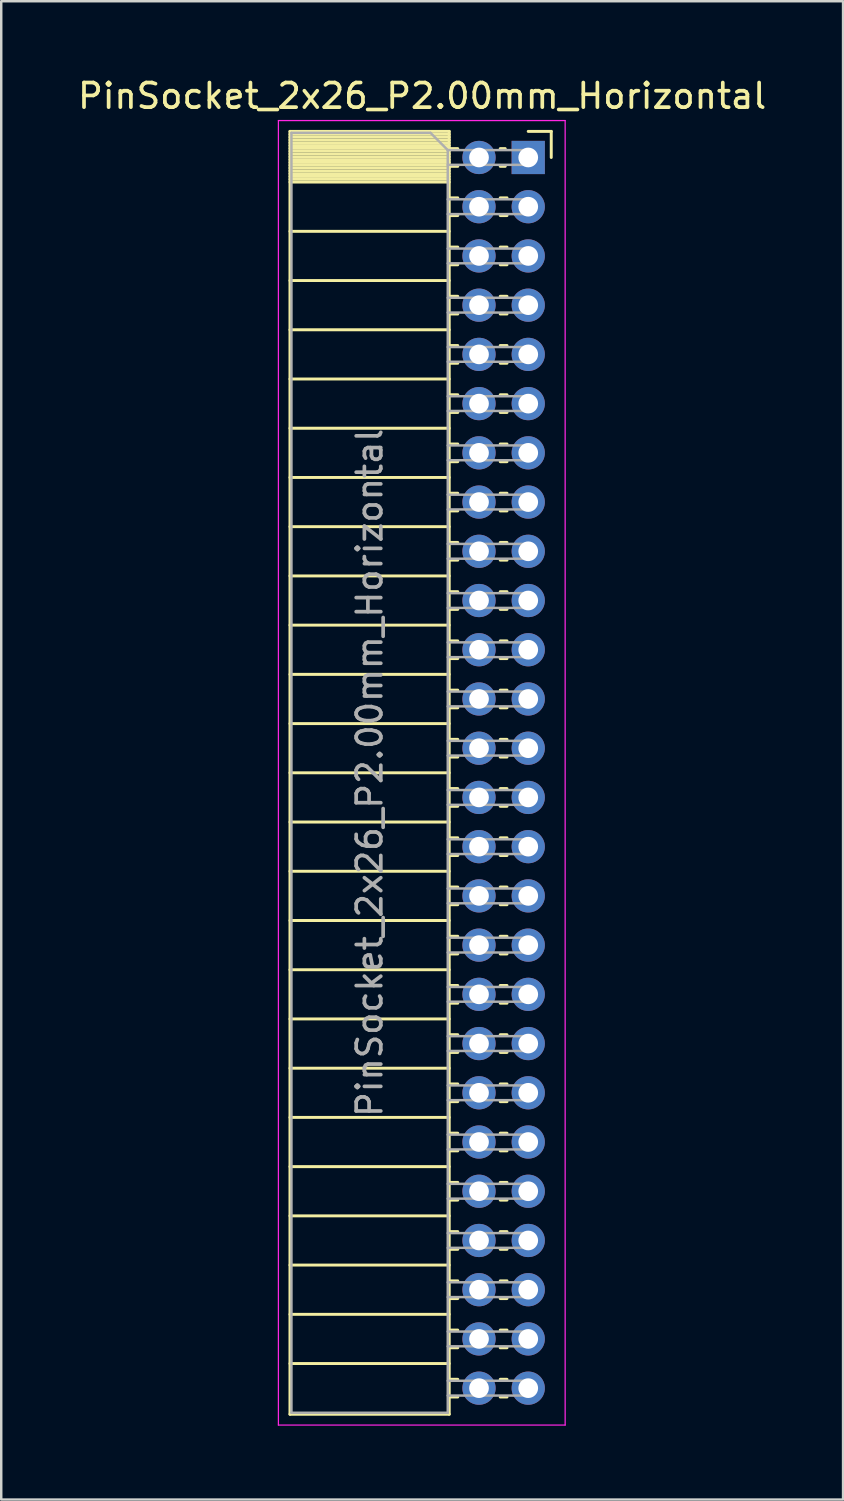
<source format=kicad_pcb>
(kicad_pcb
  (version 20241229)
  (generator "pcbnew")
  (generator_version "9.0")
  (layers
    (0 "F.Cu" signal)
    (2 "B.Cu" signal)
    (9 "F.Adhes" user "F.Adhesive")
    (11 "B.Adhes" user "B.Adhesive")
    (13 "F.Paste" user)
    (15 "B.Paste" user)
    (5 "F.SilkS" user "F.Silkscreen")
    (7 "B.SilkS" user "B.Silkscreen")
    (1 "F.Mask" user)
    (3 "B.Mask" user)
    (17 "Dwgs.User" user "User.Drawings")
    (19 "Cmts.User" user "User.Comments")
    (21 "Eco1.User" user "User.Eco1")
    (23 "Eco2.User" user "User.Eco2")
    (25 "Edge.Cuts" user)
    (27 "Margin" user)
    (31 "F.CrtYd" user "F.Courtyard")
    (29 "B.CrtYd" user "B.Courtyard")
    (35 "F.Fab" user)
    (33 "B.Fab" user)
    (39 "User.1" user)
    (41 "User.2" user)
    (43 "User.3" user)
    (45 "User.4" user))
  (footprint "PinSocket_2x26_P2.00mm_Horizontal"
    (layer "F.Cu")
    (at 18.411 3.348)
    (property "Reference" "PinSocket_2x26_P2.00mm_Horizontal" (at -4.31 -2.5 0) (layer "F.SilkS") (effects (font (size 1 1) (thickness 0.15))))
    (attr through_hole)
    (fp_line (start -9.68 -1.06) (end -9.68 51.06) (stroke (width 0.12) (type solid)) (layer "F.SilkS"))
    (fp_line (start -9.68 -1.06) (end -3.21 -1.06) (stroke (width 0.12) (type solid)) (layer "F.SilkS"))
    (fp_line (start -9.68 -0.94) (end -3.21 -0.94) (stroke (width 0.12) (type solid)) (layer "F.SilkS"))
    (fp_line (start -9.68 -0.826) (end -3.21 -0.826) (stroke (width 0.12) (type solid)) (layer "F.SilkS"))
    (fp_line (start -9.68 -0.712) (end -3.21 -0.712) (stroke (width 0.12) (type solid)) (layer "F.SilkS"))
    (fp_line (start -9.68 -0.598) (end -3.21 -0.598) (stroke (width 0.12) (type solid)) (layer "F.SilkS"))
    (fp_line (start -9.68 -0.484) (end -3.21 -0.484) (stroke (width 0.12) (type solid)) (layer "F.SilkS"))
    (fp_line (start -9.68 -0.369) (end -3.21 -0.369) (stroke (width 0.12) (type solid)) (layer "F.SilkS"))
    (fp_line (start -9.68 -0.255) (end -3.21 -0.255) (stroke (width 0.12) (type solid)) (layer "F.SilkS"))
    (fp_line (start -9.68 -0.141) (end -3.21 -0.141) (stroke (width 0.12) (type solid)) (layer "F.SilkS"))
    (fp_line (start -9.68 -0.027) (end -3.21 -0.027) (stroke (width 0.12) (type solid)) (layer "F.SilkS"))
    (fp_line (start -9.68 0.087) (end -3.21 0.087) (stroke (width 0.12) (type solid)) (layer "F.SilkS"))
    (fp_line (start -9.68 0.201) (end -3.21 0.201) (stroke (width 0.12) (type solid)) (layer "F.SilkS"))
    (fp_line (start -9.68 0.315) (end -3.21 0.315) (stroke (width 0.12) (type solid)) (layer "F.SilkS"))
    (fp_line (start -9.68 0.429) (end -3.21 0.429) (stroke (width 0.12) (type solid)) (layer "F.SilkS"))
    (fp_line (start -9.68 0.544) (end -3.21 0.544) (stroke (width 0.12) (type solid)) (layer "F.SilkS"))
    (fp_line (start -9.68 0.658) (end -3.21 0.658) (stroke (width 0.12) (type solid)) (layer "F.SilkS"))
    (fp_line (start -9.68 0.772) (end -3.21 0.772) (stroke (width 0.12) (type solid)) (layer "F.SilkS"))
    (fp_line (start -9.68 0.886) (end -3.21 0.886) (stroke (width 0.12) (type solid)) (layer "F.SilkS"))
    (fp_line (start -9.68 1) (end -3.21 1) (stroke (width 0.12) (type solid)) (layer "F.SilkS"))
    (fp_line (start -9.68 3) (end -3.21 3) (stroke (width 0.12) (type solid)) (layer "F.SilkS"))
    (fp_line (start -9.68 5) (end -3.21 5) (stroke (width 0.12) (type solid)) (layer "F.SilkS"))
    (fp_line (start -9.68 7) (end -3.21 7) (stroke (width 0.12) (type solid)) (layer "F.SilkS"))
    (fp_line (start -9.68 9) (end -3.21 9) (stroke (width 0.12) (type solid)) (layer "F.SilkS"))
    (fp_line (start -9.68 11) (end -3.21 11) (stroke (width 0.12) (type solid)) (layer "F.SilkS"))
    (fp_line (start -9.68 13) (end -3.21 13) (stroke (width 0.12) (type solid)) (layer "F.SilkS"))
    (fp_line (start -9.68 15) (end -3.21 15) (stroke (width 0.12) (type solid)) (layer "F.SilkS"))
    (fp_line (start -9.68 17) (end -3.21 17) (stroke (width 0.12) (type solid)) (layer "F.SilkS"))
    (fp_line (start -9.68 19) (end -3.21 19) (stroke (width 0.12) (type solid)) (layer "F.SilkS"))
    (fp_line (start -9.68 21) (end -3.21 21) (stroke (width 0.12) (type solid)) (layer "F.SilkS"))
    (fp_line (start -9.68 23) (end -3.21 23) (stroke (width 0.12) (type solid)) (layer "F.SilkS"))
    (fp_line (start -9.68 25) (end -3.21 25) (stroke (width 0.12) (type solid)) (layer "F.SilkS"))
    (fp_line (start -9.68 27) (end -3.21 27) (stroke (width 0.12) (type solid)) (layer "F.SilkS"))
    (fp_line (start -9.68 29) (end -3.21 29) (stroke (width 0.12) (type solid)) (layer "F.SilkS"))
    (fp_line (start -9.68 31) (end -3.21 31) (stroke (width 0.12) (type solid)) (layer "F.SilkS"))
    (fp_line (start -9.68 33) (end -3.21 33) (stroke (width 0.12) (type solid)) (layer "F.SilkS"))
    (fp_line (start -9.68 35) (end -3.21 35) (stroke (width 0.12) (type solid)) (layer "F.SilkS"))
    (fp_line (start -9.68 37) (end -3.21 37) (stroke (width 0.12) (type solid)) (layer "F.SilkS"))
    (fp_line (start -9.68 39) (end -3.21 39) (stroke (width 0.12) (type solid)) (layer "F.SilkS"))
    (fp_line (start -9.68 41) (end -3.21 41) (stroke (width 0.12) (type solid)) (layer "F.SilkS"))
    (fp_line (start -9.68 43) (end -3.21 43) (stroke (width 0.12) (type solid)) (layer "F.SilkS"))
    (fp_line (start -9.68 45) (end -3.21 45) (stroke (width 0.12) (type solid)) (layer "F.SilkS"))
    (fp_line (start -9.68 47) (end -3.21 47) (stroke (width 0.12) (type solid)) (layer "F.SilkS"))
    (fp_line (start -9.68 49) (end -3.21 49) (stroke (width 0.12) (type solid)) (layer "F.SilkS"))
    (fp_line (start -9.68 51.06) (end -3.21 51.06) (stroke (width 0.12) (type solid)) (layer "F.SilkS"))
    (fp_line (start -3.21 -1.06) (end -3.21 51.06) (stroke (width 0.12) (type solid)) (layer "F.SilkS"))
    (fp_line (start -3.21 -0.36) (end -2.863 -0.36) (stroke (width 0.12) (type solid)) (layer "F.SilkS"))
    (fp_line (start -3.21 0.36) (end -2.863 0.36) (stroke (width 0.12) (type solid)) (layer "F.SilkS"))
    (fp_line (start -3.21 1.64) (end -2.863 1.64) (stroke (width 0.12) (type solid)) (layer "F.SilkS"))
    (fp_line (start -3.21 2.36) (end -2.863 2.36) (stroke (width 0.12) (type solid)) (layer "F.SilkS"))
    (fp_line (start -3.21 3.64) (end -2.863 3.64) (stroke (width 0.12) (type solid)) (layer "F.SilkS"))
    (fp_line (start -3.21 4.36) (end -2.863 4.36) (stroke (width 0.12) (type solid)) (layer "F.SilkS"))
    (fp_line (start -3.21 5.64) (end -2.863 5.64) (stroke (width 0.12) (type solid)) (layer "F.SilkS"))
    (fp_line (start -3.21 6.36) (end -2.863 6.36) (stroke (width 0.12) (type solid)) (layer "F.SilkS"))
    (fp_line (start -3.21 7.64) (end -2.863 7.64) (stroke (width 0.12) (type solid)) (layer "F.SilkS"))
    (fp_line (start -3.21 8.36) (end -2.863 8.36) (stroke (width 0.12) (type solid)) (layer "F.SilkS"))
    (fp_line (start -3.21 9.64) (end -2.863 9.64) (stroke (width 0.12) (type solid)) (layer "F.SilkS"))
    (fp_line (start -3.21 10.36) (end -2.863 10.36) (stroke (width 0.12) (type solid)) (layer "F.SilkS"))
    (fp_line (start -3.21 11.64) (end -2.863 11.64) (stroke (width 0.12) (type solid)) (layer "F.SilkS"))
    (fp_line (start -3.21 12.36) (end -2.863 12.36) (stroke (width 0.12) (type solid)) (layer "F.SilkS"))
    (fp_line (start -3.21 13.64) (end -2.863 13.64) (stroke (width 0.12) (type solid)) (layer "F.SilkS"))
    (fp_line (start -3.21 14.36) (end -2.863 14.36) (stroke (width 0.12) (type solid)) (layer "F.SilkS"))
    (fp_line (start -3.21 15.64) (end -2.863 15.64) (stroke (width 0.12) (type solid)) (layer "F.SilkS"))
    (fp_line (start -3.21 16.36) (end -2.863 16.36) (stroke (width 0.12) (type solid)) (layer "F.SilkS"))
    (fp_line (start -3.21 17.64) (end -2.863 17.64) (stroke (width 0.12) (type solid)) (layer "F.SilkS"))
    (fp_line (start -3.21 18.36) (end -2.863 18.36) (stroke (width 0.12) (type solid)) (layer "F.SilkS"))
    (fp_line (start -3.21 19.64) (end -2.863 19.64) (stroke (width 0.12) (type solid)) (layer "F.SilkS"))
    (fp_line (start -3.21 20.36) (end -2.863 20.36) (stroke (width 0.12) (type solid)) (layer "F.SilkS"))
    (fp_line (start -3.21 21.64) (end -2.863 21.64) (stroke (width 0.12) (type solid)) (layer "F.SilkS"))
    (fp_line (start -3.21 22.36) (end -2.863 22.36) (stroke (width 0.12) (type solid)) (layer "F.SilkS"))
    (fp_line (start -3.21 23.64) (end -2.863 23.64) (stroke (width 0.12) (type solid)) (layer "F.SilkS"))
    (fp_line (start -3.21 24.36) (end -2.863 24.36) (stroke (width 0.12) (type solid)) (layer "F.SilkS"))
    (fp_line (start -3.21 25.64) (end -2.863 25.64) (stroke (width 0.12) (type solid)) (layer "F.SilkS"))
    (fp_line (start -3.21 26.36) (end -2.863 26.36) (stroke (width 0.12) (type solid)) (layer "F.SilkS"))
    (fp_line (start -3.21 27.64) (end -2.863 27.64) (stroke (width 0.12) (type solid)) (layer "F.SilkS"))
    (fp_line (start -3.21 28.36) (end -2.863 28.36) (stroke (width 0.12) (type solid)) (layer "F.SilkS"))
    (fp_line (start -3.21 29.64) (end -2.863 29.64) (stroke (width 0.12) (type solid)) (layer "F.SilkS"))
    (fp_line (start -3.21 30.36) (end -2.863 30.36) (stroke (width 0.12) (type solid)) (layer "F.SilkS"))
    (fp_line (start -3.21 31.64) (end -2.863 31.64) (stroke (width 0.12) (type solid)) (layer "F.SilkS"))
    (fp_line (start -3.21 32.36) (end -2.863 32.36) (stroke (width 0.12) (type solid)) (layer "F.SilkS"))
    (fp_line (start -3.21 33.64) (end -2.863 33.64) (stroke (width 0.12) (type solid)) (layer "F.SilkS"))
    (fp_line (start -3.21 34.36) (end -2.863 34.36) (stroke (width 0.12) (type solid)) (layer "F.SilkS"))
    (fp_line (start -3.21 35.64) (end -2.863 35.64) (stroke (width 0.12) (type solid)) (layer "F.SilkS"))
    (fp_line (start -3.21 36.36) (end -2.863 36.36) (stroke (width 0.12) (type solid)) (layer "F.SilkS"))
    (fp_line (start -3.21 37.64) (end -2.863 37.64) (stroke (width 0.12) (type solid)) (layer "F.SilkS"))
    (fp_line (start -3.21 38.36) (end -2.863 38.36) (stroke (width 0.12) (type solid)) (layer "F.SilkS"))
    (fp_line (start -3.21 39.64) (end -2.863 39.64) (stroke (width 0.12) (type solid)) (layer "F.SilkS"))
    (fp_line (start -3.21 40.36) (end -2.863 40.36) (stroke (width 0.12) (type solid)) (layer "F.SilkS"))
    (fp_line (start -3.21 41.64) (end -2.863 41.64) (stroke (width 0.12) (type solid)) (layer "F.SilkS"))
    (fp_line (start -3.21 42.36) (end -2.863 42.36) (stroke (width 0.12) (type solid)) (layer "F.SilkS"))
    (fp_line (start -3.21 43.64) (end -2.863 43.64) (stroke (width 0.12) (type solid)) (layer "F.SilkS"))
    (fp_line (start -3.21 44.36) (end -2.863 44.36) (stroke (width 0.12) (type solid)) (layer "F.SilkS"))
    (fp_line (start -3.21 45.64) (end -2.863 45.64) (stroke (width 0.12) (type solid)) (layer "F.SilkS"))
    (fp_line (start -3.21 46.36) (end -2.863 46.36) (stroke (width 0.12) (type solid)) (layer "F.SilkS"))
    (fp_line (start -3.21 47.64) (end -2.863 47.64) (stroke (width 0.12) (type solid)) (layer "F.SilkS"))
    (fp_line (start -3.21 48.36) (end -2.863 48.36) (stroke (width 0.12) (type solid)) (layer "F.SilkS"))
    (fp_line (start -3.21 49.64) (end -2.863 49.64) (stroke (width 0.12) (type solid)) (layer "F.SilkS"))
    (fp_line (start -3.21 50.36) (end -2.863 50.36) (stroke (width 0.12) (type solid)) (layer "F.SilkS"))
    (fp_line (start -1.137 -0.36) (end -0.935 -0.36) (stroke (width 0.12) (type solid)) (layer "F.SilkS"))
    (fp_line (start -1.137 0.36) (end -0.935 0.36) (stroke (width 0.12) (type solid)) (layer "F.SilkS"))
    (fp_line (start -1.137 1.64) (end -0.863 1.64) (stroke (width 0.12) (type solid)) (layer "F.SilkS"))
    (fp_line (start -1.137 2.36) (end -0.863 2.36) (stroke (width 0.12) (type solid)) (layer "F.SilkS"))
    (fp_line (start -1.137 3.64) (end -0.863 3.64) (stroke (width 0.12) (type solid)) (layer "F.SilkS"))
    (fp_line (start -1.137 4.36) (end -0.863 4.36) (stroke (width 0.12) (type solid)) (layer "F.SilkS"))
    (fp_line (start -1.137 5.64) (end -0.863 5.64) (stroke (width 0.12) (type solid)) (layer "F.SilkS"))
    (fp_line (start -1.137 6.36) (end -0.863 6.36) (stroke (width 0.12) (type solid)) (layer "F.SilkS"))
    (fp_line (start -1.137 7.64) (end -0.863 7.64) (stroke (width 0.12) (type solid)) (layer "F.SilkS"))
    (fp_line (start -1.137 8.36) (end -0.863 8.36) (stroke (width 0.12) (type solid)) (layer "F.SilkS"))
    (fp_line (start -1.137 9.64) (end -0.863 9.64) (stroke (width 0.12) (type solid)) (layer "F.SilkS"))
    (fp_line (start -1.137 10.36) (end -0.863 10.36) (stroke (width 0.12) (type solid)) (layer "F.SilkS"))
    (fp_line (start -1.137 11.64) (end -0.863 11.64) (stroke (width 0.12) (type solid)) (layer "F.SilkS"))
    (fp_line (start -1.137 12.36) (end -0.863 12.36) (stroke (width 0.12) (type solid)) (layer "F.SilkS"))
    (fp_line (start -1.137 13.64) (end -0.863 13.64) (stroke (width 0.12) (type solid)) (layer "F.SilkS"))
    (fp_line (start -1.137 14.36) (end -0.863 14.36) (stroke (width 0.12) (type solid)) (layer "F.SilkS"))
    (fp_line (start -1.137 15.64) (end -0.863 15.64) (stroke (width 0.12) (type solid)) (layer "F.SilkS"))
    (fp_line (start -1.137 16.36) (end -0.863 16.36) (stroke (width 0.12) (type solid)) (layer "F.SilkS"))
    (fp_line (start -1.137 17.64) (end -0.863 17.64) (stroke (width 0.12) (type solid)) (layer "F.SilkS"))
    (fp_line (start -1.137 18.36) (end -0.863 18.36) (stroke (width 0.12) (type solid)) (layer "F.SilkS"))
    (fp_line (start -1.137 19.64) (end -0.863 19.64) (stroke (width 0.12) (type solid)) (layer "F.SilkS"))
    (fp_line (start -1.137 20.36) (end -0.863 20.36) (stroke (width 0.12) (type solid)) (layer "F.SilkS"))
    (fp_line (start -1.137 21.64) (end -0.863 21.64) (stroke (width 0.12) (type solid)) (layer "F.SilkS"))
    (fp_line (start -1.137 22.36) (end -0.863 22.36) (stroke (width 0.12) (type solid)) (layer "F.SilkS"))
    (fp_line (start -1.137 23.64) (end -0.863 23.64) (stroke (width 0.12) (type solid)) (layer "F.SilkS"))
    (fp_line (start -1.137 24.36) (end -0.863 24.36) (stroke (width 0.12) (type solid)) (layer "F.SilkS"))
    (fp_line (start -1.137 25.64) (end -0.863 25.64) (stroke (width 0.12) (type solid)) (layer "F.SilkS"))
    (fp_line (start -1.137 26.36) (end -0.863 26.36) (stroke (width 0.12) (type solid)) (layer "F.SilkS"))
    (fp_line (start -1.137 27.64) (end -0.863 27.64) (stroke (width 0.12) (type solid)) (layer "F.SilkS"))
    (fp_line (start -1.137 28.36) (end -0.863 28.36) (stroke (width 0.12) (type solid)) (layer "F.SilkS"))
    (fp_line (start -1.137 29.64) (end -0.863 29.64) (stroke (width 0.12) (type solid)) (layer "F.SilkS"))
    (fp_line (start -1.137 30.36) (end -0.863 30.36) (stroke (width 0.12) (type solid)) (layer "F.SilkS"))
    (fp_line (start -1.137 31.64) (end -0.863 31.64) (stroke (width 0.12) (type solid)) (layer "F.SilkS"))
    (fp_line (start -1.137 32.36) (end -0.863 32.36) (stroke (width 0.12) (type solid)) (layer "F.SilkS"))
    (fp_line (start -1.137 33.64) (end -0.863 33.64) (stroke (width 0.12) (type solid)) (layer "F.SilkS"))
    (fp_line (start -1.137 34.36) (end -0.863 34.36) (stroke (width 0.12) (type solid)) (layer "F.SilkS"))
    (fp_line (start -1.137 35.64) (end -0.863 35.64) (stroke (width 0.12) (type solid)) (layer "F.SilkS"))
    (fp_line (start -1.137 36.36) (end -0.863 36.36) (stroke (width 0.12) (type solid)) (layer "F.SilkS"))
    (fp_line (start -1.137 37.64) (end -0.863 37.64) (stroke (width 0.12) (type solid)) (layer "F.SilkS"))
    (fp_line (start -1.137 38.36) (end -0.863 38.36) (stroke (width 0.12) (type solid)) (layer "F.SilkS"))
    (fp_line (start -1.137 39.64) (end -0.863 39.64) (stroke (width 0.12) (type solid)) (layer "F.SilkS"))
    (fp_line (start -1.137 40.36) (end -0.863 40.36) (stroke (width 0.12) (type solid)) (layer "F.SilkS"))
    (fp_line (start -1.137 41.64) (end -0.863 41.64) (stroke (width 0.12) (type solid)) (layer "F.SilkS"))
    (fp_line (start -1.137 42.36) (end -0.863 42.36) (stroke (width 0.12) (type solid)) (layer "F.SilkS"))
    (fp_line (start -1.137 43.64) (end -0.863 43.64) (stroke (width 0.12) (type solid)) (layer "F.SilkS"))
    (fp_line (start -1.137 44.36) (end -0.863 44.36) (stroke (width 0.12) (type solid)) (layer "F.SilkS"))
    (fp_line (start -1.137 45.64) (end -0.863 45.64) (stroke (width 0.12) (type solid)) (layer "F.SilkS"))
    (fp_line (start -1.137 46.36) (end -0.863 46.36) (stroke (width 0.12) (type solid)) (layer "F.SilkS"))
    (fp_line (start -1.137 47.64) (end -0.863 47.64) (stroke (width 0.12) (type solid)) (layer "F.SilkS"))
    (fp_line (start -1.137 48.36) (end -0.863 48.36) (stroke (width 0.12) (type solid)) (layer "F.SilkS"))
    (fp_line (start -1.137 49.64) (end -0.863 49.64) (stroke (width 0.12) (type solid)) (layer "F.SilkS"))
    (fp_line (start -1.137 50.36) (end -0.863 50.36) (stroke (width 0.12) (type solid)) (layer "F.SilkS"))
    (fp_line (start 0 -1.06) (end 0.935 -1.06) (stroke (width 0.12) (type solid)) (layer "F.SilkS"))
    (fp_line (start 0.935 -1.06) (end 0.935 0) (stroke (width 0.12) (type solid)) (layer "F.SilkS"))
    (fp_line (start -10.15 -1.5) (end -10.15 51.5) (stroke (width 0.05) (type solid)) (layer "F.CrtYd"))
    (fp_line (start -10.15 51.5) (end 1.5 51.5) (stroke (width 0.05) (type solid)) (layer "F.CrtYd"))
    (fp_line (start 1.5 -1.5) (end -10.15 -1.5) (stroke (width 0.05) (type solid)) (layer "F.CrtYd"))
    (fp_line (start 1.5 51.5) (end 1.5 -1.5) (stroke (width 0.05) (type solid)) (layer "F.CrtYd"))
    (fp_line (start -9.62 -1) (end -3.97 -1) (stroke (width 0.1) (type solid)) (layer "F.Fab"))
    (fp_line (start -9.62 51) (end -9.62 -1) (stroke (width 0.1) (type solid)) (layer "F.Fab"))
    (fp_line (start -3.97 -1) (end -3.27 -0.3) (stroke (width 0.1) (type solid)) (layer "F.Fab"))
    (fp_line (start -3.27 -0.3) (end -3.27 51) (stroke (width 0.1) (type solid)) (layer "F.Fab"))
    (fp_line (start -3.27 0.3) (end 0 0.3) (stroke (width 0.1) (type solid)) (layer "F.Fab"))
    (fp_line (start -3.27 2.3) (end 0 2.3) (stroke (width 0.1) (type solid)) (layer "F.Fab"))
    (fp_line (start -3.27 4.3) (end 0 4.3) (stroke (width 0.1) (type solid)) (layer "F.Fab"))
    (fp_line (start -3.27 6.3) (end 0 6.3) (stroke (width 0.1) (type solid)) (layer "F.Fab"))
    (fp_line (start -3.27 8.3) (end 0 8.3) (stroke (width 0.1) (type solid)) (layer "F.Fab"))
    (fp_line (start -3.27 10.3) (end 0 10.3) (stroke (width 0.1) (type solid)) (layer "F.Fab"))
    (fp_line (start -3.27 12.3) (end 0 12.3) (stroke (width 0.1) (type solid)) (layer "F.Fab"))
    (fp_line (start -3.27 14.3) (end 0 14.3) (stroke (width 0.1) (type solid)) (layer "F.Fab"))
    (fp_line (start -3.27 16.3) (end 0 16.3) (stroke (width 0.1) (type solid)) (layer "F.Fab"))
    (fp_line (start -3.27 18.3) (end 0 18.3) (stroke (width 0.1) (type solid)) (layer "F.Fab"))
    (fp_line (start -3.27 20.3) (end 0 20.3) (stroke (width 0.1) (type solid)) (layer "F.Fab"))
    (fp_line (start -3.27 22.3) (end 0 22.3) (stroke (width 0.1) (type solid)) (layer "F.Fab"))
    (fp_line (start -3.27 24.3) (end 0 24.3) (stroke (width 0.1) (type solid)) (layer "F.Fab"))
    (fp_line (start -3.27 26.3) (end 0 26.3) (stroke (width 0.1) (type solid)) (layer "F.Fab"))
    (fp_line (start -3.27 28.3) (end 0 28.3) (stroke (width 0.1) (type solid)) (layer "F.Fab"))
    (fp_line (start -3.27 30.3) (end 0 30.3) (stroke (width 0.1) (type solid)) (layer "F.Fab"))
    (fp_line (start -3.27 32.3) (end 0 32.3) (stroke (width 0.1) (type solid)) (layer "F.Fab"))
    (fp_line (start -3.27 34.3) (end 0 34.3) (stroke (width 0.1) (type solid)) (layer "F.Fab"))
    (fp_line (start -3.27 36.3) (end 0 36.3) (stroke (width 0.1) (type solid)) (layer "F.Fab"))
    (fp_line (start -3.27 38.3) (end 0 38.3) (stroke (width 0.1) (type solid)) (layer "F.Fab"))
    (fp_line (start -3.27 40.3) (end 0 40.3) (stroke (width 0.1) (type solid)) (layer "F.Fab"))
    (fp_line (start -3.27 42.3) (end 0 42.3) (stroke (width 0.1) (type solid)) (layer "F.Fab"))
    (fp_line (start -3.27 44.3) (end 0 44.3) (stroke (width 0.1) (type solid)) (layer "F.Fab"))
    (fp_line (start -3.27 46.3) (end 0 46.3) (stroke (width 0.1) (type solid)) (layer "F.Fab"))
    (fp_line (start -3.27 48.3) (end 0 48.3) (stroke (width 0.1) (type solid)) (layer "F.Fab"))
    (fp_line (start -3.27 50.3) (end 0 50.3) (stroke (width 0.1) (type solid)) (layer "F.Fab"))
    (fp_line (start -3.27 51) (end -9.62 51) (stroke (width 0.1) (type solid)) (layer "F.Fab"))
    (fp_line (start 0 -0.3) (end -3.27 -0.3) (stroke (width 0.1) (type solid)) (layer "F.Fab"))
    (fp_line (start 0 0.3) (end 0 -0.3) (stroke (width 0.1) (type solid)) (layer "F.Fab"))
    (fp_line (start 0 1.7) (end -3.27 1.7) (stroke (width 0.1) (type solid)) (layer "F.Fab"))
    (fp_line (start 0 2.3) (end 0 1.7) (stroke (width 0.1) (type solid)) (layer "F.Fab"))
    (fp_line (start 0 3.7) (end -3.27 3.7) (stroke (width 0.1) (type solid)) (layer "F.Fab"))
    (fp_line (start 0 4.3) (end 0 3.7) (stroke (width 0.1) (type solid)) (layer "F.Fab"))
    (fp_line (start 0 5.7) (end -3.27 5.7) (stroke (width 0.1) (type solid)) (layer "F.Fab"))
    (fp_line (start 0 6.3) (end 0 5.7) (stroke (width 0.1) (type solid)) (layer "F.Fab"))
    (fp_line (start 0 7.7) (end -3.27 7.7) (stroke (width 0.1) (type solid)) (layer "F.Fab"))
    (fp_line (start 0 8.3) (end 0 7.7) (stroke (width 0.1) (type solid)) (layer "F.Fab"))
    (fp_line (start 0 9.7) (end -3.27 9.7) (stroke (width 0.1) (type solid)) (layer "F.Fab"))
    (fp_line (start 0 10.3) (end 0 9.7) (stroke (width 0.1) (type solid)) (layer "F.Fab"))
    (fp_line (start 0 11.7) (end -3.27 11.7) (stroke (width 0.1) (type solid)) (layer "F.Fab"))
    (fp_line (start 0 12.3) (end 0 11.7) (stroke (width 0.1) (type solid)) (layer "F.Fab"))
    (fp_line (start 0 13.7) (end -3.27 13.7) (stroke (width 0.1) (type solid)) (layer "F.Fab"))
    (fp_line (start 0 14.3) (end 0 13.7) (stroke (width 0.1) (type solid)) (layer "F.Fab"))
    (fp_line (start 0 15.7) (end -3.27 15.7) (stroke (width 0.1) (type solid)) (layer "F.Fab"))
    (fp_line (start 0 16.3) (end 0 15.7) (stroke (width 0.1) (type solid)) (layer "F.Fab"))
    (fp_line (start 0 17.7) (end -3.27 17.7) (stroke (width 0.1) (type solid)) (layer "F.Fab"))
    (fp_line (start 0 18.3) (end 0 17.7) (stroke (width 0.1) (type solid)) (layer "F.Fab"))
    (fp_line (start 0 19.7) (end -3.27 19.7) (stroke (width 0.1) (type solid)) (layer "F.Fab"))
    (fp_line (start 0 20.3) (end 0 19.7) (stroke (width 0.1) (type solid)) (layer "F.Fab"))
    (fp_line (start 0 21.7) (end -3.27 21.7) (stroke (width 0.1) (type solid)) (layer "F.Fab"))
    (fp_line (start 0 22.3) (end 0 21.7) (stroke (width 0.1) (type solid)) (layer "F.Fab"))
    (fp_line (start 0 23.7) (end -3.27 23.7) (stroke (width 0.1) (type solid)) (layer "F.Fab"))
    (fp_line (start 0 24.3) (end 0 23.7) (stroke (width 0.1) (type solid)) (layer "F.Fab"))
    (fp_line (start 0 25.7) (end -3.27 25.7) (stroke (width 0.1) (type solid)) (layer "F.Fab"))
    (fp_line (start 0 26.3) (end 0 25.7) (stroke (width 0.1) (type solid)) (layer "F.Fab"))
    (fp_line (start 0 27.7) (end -3.27 27.7) (stroke (width 0.1) (type solid)) (layer "F.Fab"))
    (fp_line (start 0 28.3) (end 0 27.7) (stroke (width 0.1) (type solid)) (layer "F.Fab"))
    (fp_line (start 0 29.7) (end -3.27 29.7) (stroke (width 0.1) (type solid)) (layer "F.Fab"))
    (fp_line (start 0 30.3) (end 0 29.7) (stroke (width 0.1) (type solid)) (layer "F.Fab"))
    (fp_line (start 0 31.7) (end -3.27 31.7) (stroke (width 0.1) (type solid)) (layer "F.Fab"))
    (fp_line (start 0 32.3) (end 0 31.7) (stroke (width 0.1) (type solid)) (layer "F.Fab"))
    (fp_line (start 0 33.7) (end -3.27 33.7) (stroke (width 0.1) (type solid)) (layer "F.Fab"))
    (fp_line (start 0 34.3) (end 0 33.7) (stroke (width 0.1) (type solid)) (layer "F.Fab"))
    (fp_line (start 0 35.7) (end -3.27 35.7) (stroke (width 0.1) (type solid)) (layer "F.Fab"))
    (fp_line (start 0 36.3) (end 0 35.7) (stroke (width 0.1) (type solid)) (layer "F.Fab"))
    (fp_line (start 0 37.7) (end -3.27 37.7) (stroke (width 0.1) (type solid)) (layer "F.Fab"))
    (fp_line (start 0 38.3) (end 0 37.7) (stroke (width 0.1) (type solid)) (layer "F.Fab"))
    (fp_line (start 0 39.7) (end -3.27 39.7) (stroke (width 0.1) (type solid)) (layer "F.Fab"))
    (fp_line (start 0 40.3) (end 0 39.7) (stroke (width 0.1) (type solid)) (layer "F.Fab"))
    (fp_line (start 0 41.7) (end -3.27 41.7) (stroke (width 0.1) (type solid)) (layer "F.Fab"))
    (fp_line (start 0 42.3) (end 0 41.7) (stroke (width 0.1) (type solid)) (layer "F.Fab"))
    (fp_line (start 0 43.7) (end -3.27 43.7) (stroke (width 0.1) (type solid)) (layer "F.Fab"))
    (fp_line (start 0 44.3) (end 0 43.7) (stroke (width 0.1) (type solid)) (layer "F.Fab"))
    (fp_line (start 0 45.7) (end -3.27 45.7) (stroke (width 0.1) (type solid)) (layer "F.Fab"))
    (fp_line (start 0 46.3) (end 0 45.7) (stroke (width 0.1) (type solid)) (layer "F.Fab"))
    (fp_line (start 0 47.7) (end -3.27 47.7) (stroke (width 0.1) (type solid)) (layer "F.Fab"))
    (fp_line (start 0 48.3) (end 0 47.7) (stroke (width 0.1) (type solid)) (layer "F.Fab"))
    (fp_line (start 0 49.7) (end -3.27 49.7) (stroke (width 0.1) (type solid)) (layer "F.Fab"))
    (fp_line (start 0 50.3) (end 0 49.7) (stroke (width 0.1) (type solid)) (layer "F.Fab"))
    (fp_text user "${REFERENCE}" (at -6.445 25 90) (layer "F.Fab") (effects (font (size 1 1) (thickness 0.15))))
    (pad "1" thru_hole rect (at 0 0) (size 1.35 1.35) (drill 0.8) (layers "*.Cu" "*.Mask"))
    (pad "2" thru_hole oval (at -2 0) (size 1.35 1.35) (drill 0.8) (layers "*.Cu" "*.Mask"))
    (pad "3" thru_hole oval (at 0 2) (size 1.35 1.35) (drill 0.8) (layers "*.Cu" "*.Mask"))
    (pad "4" thru_hole oval (at -2 2) (size 1.35 1.35) (drill 0.8) (layers "*.Cu" "*.Mask"))
    (pad "5" thru_hole oval (at 0 4) (size 1.35 1.35) (drill 0.8) (layers "*.Cu" "*.Mask"))
    (pad "6" thru_hole oval (at -2 4) (size 1.35 1.35) (drill 0.8) (layers "*.Cu" "*.Mask"))
    (pad "7" thru_hole oval (at 0 6) (size 1.35 1.35) (drill 0.8) (layers "*.Cu" "*.Mask"))
    (pad "8" thru_hole oval (at -2 6) (size 1.35 1.35) (drill 0.8) (layers "*.Cu" "*.Mask"))
    (pad "9" thru_hole oval (at 0 8) (size 1.35 1.35) (drill 0.8) (layers "*.Cu" "*.Mask"))
    (pad "10" thru_hole oval (at -2 8) (size 1.35 1.35) (drill 0.8) (layers "*.Cu" "*.Mask"))
    (pad "11" thru_hole oval (at 0 10) (size 1.35 1.35) (drill 0.8) (layers "*.Cu" "*.Mask"))
    (pad "12" thru_hole oval (at -2 10) (size 1.35 1.35) (drill 0.8) (layers "*.Cu" "*.Mask"))
    (pad "13" thru_hole oval (at 0 12) (size 1.35 1.35) (drill 0.8) (layers "*.Cu" "*.Mask"))
    (pad "14" thru_hole oval (at -2 12) (size 1.35 1.35) (drill 0.8) (layers "*.Cu" "*.Mask"))
    (pad "15" thru_hole oval (at 0 14) (size 1.35 1.35) (drill 0.8) (layers "*.Cu" "*.Mask"))
    (pad "16" thru_hole oval (at -2 14) (size 1.35 1.35) (drill 0.8) (layers "*.Cu" "*.Mask"))
    (pad "17" thru_hole oval (at 0 16) (size 1.35 1.35) (drill 0.8) (layers "*.Cu" "*.Mask"))
    (pad "18" thru_hole oval (at -2 16) (size 1.35 1.35) (drill 0.8) (layers "*.Cu" "*.Mask"))
    (pad "19" thru_hole oval (at 0 18) (size 1.35 1.35) (drill 0.8) (layers "*.Cu" "*.Mask"))
    (pad "20" thru_hole oval (at -2 18) (size 1.35 1.35) (drill 0.8) (layers "*.Cu" "*.Mask"))
    (pad "21" thru_hole oval (at 0 20) (size 1.35 1.35) (drill 0.8) (layers "*.Cu" "*.Mask"))
    (pad "22" thru_hole oval (at -2 20) (size 1.35 1.35) (drill 0.8) (layers "*.Cu" "*.Mask"))
    (pad "23" thru_hole oval (at 0 22) (size 1.35 1.35) (drill 0.8) (layers "*.Cu" "*.Mask"))
    (pad "24" thru_hole oval (at -2 22) (size 1.35 1.35) (drill 0.8) (layers "*.Cu" "*.Mask"))
    (pad "25" thru_hole oval (at 0 24) (size 1.35 1.35) (drill 0.8) (layers "*.Cu" "*.Mask"))
    (pad "26" thru_hole oval (at -2 24) (size 1.35 1.35) (drill 0.8) (layers "*.Cu" "*.Mask"))
    (pad "27" thru_hole oval (at 0 26) (size 1.35 1.35) (drill 0.8) (layers "*.Cu" "*.Mask"))
    (pad "28" thru_hole oval (at -2 26) (size 1.35 1.35) (drill 0.8) (layers "*.Cu" "*.Mask"))
    (pad "29" thru_hole oval (at 0 28) (size 1.35 1.35) (drill 0.8) (layers "*.Cu" "*.Mask"))
    (pad "30" thru_hole oval (at -2 28) (size 1.35 1.35) (drill 0.8) (layers "*.Cu" "*.Mask"))
    (pad "31" thru_hole oval (at 0 30) (size 1.35 1.35) (drill 0.8) (layers "*.Cu" "*.Mask"))
    (pad "32" thru_hole oval (at -2 30) (size 1.35 1.35) (drill 0.8) (layers "*.Cu" "*.Mask"))
    (pad "33" thru_hole oval (at 0 32) (size 1.35 1.35) (drill 0.8) (layers "*.Cu" "*.Mask"))
    (pad "34" thru_hole oval (at -2 32) (size 1.35 1.35) (drill 0.8) (layers "*.Cu" "*.Mask"))
    (pad "35" thru_hole oval (at 0 34) (size 1.35 1.35) (drill 0.8) (layers "*.Cu" "*.Mask"))
    (pad "36" thru_hole oval (at -2 34) (size 1.35 1.35) (drill 0.8) (layers "*.Cu" "*.Mask"))
    (pad "37" thru_hole oval (at 0 36) (size 1.35 1.35) (drill 0.8) (layers "*.Cu" "*.Mask"))
    (pad "38" thru_hole oval (at -2 36) (size 1.35 1.35) (drill 0.8) (layers "*.Cu" "*.Mask"))
    (pad "39" thru_hole oval (at 0 38) (size 1.35 1.35) (drill 0.8) (layers "*.Cu" "*.Mask"))
    (pad "40" thru_hole oval (at -2 38) (size 1.35 1.35) (drill 0.8) (layers "*.Cu" "*.Mask"))
    (pad "41" thru_hole oval (at 0 40) (size 1.35 1.35) (drill 0.8) (layers "*.Cu" "*.Mask"))
    (pad "42" thru_hole oval (at -2 40) (size 1.35 1.35) (drill 0.8) (layers "*.Cu" "*.Mask"))
    (pad "43" thru_hole oval (at 0 42) (size 1.35 1.35) (drill 0.8) (layers "*.Cu" "*.Mask"))
    (pad "44" thru_hole oval (at -2 42) (size 1.35 1.35) (drill 0.8) (layers "*.Cu" "*.Mask"))
    (pad "45" thru_hole oval (at 0 44) (size 1.35 1.35) (drill 0.8) (layers "*.Cu" "*.Mask"))
    (pad "46" thru_hole oval (at -2 44) (size 1.35 1.35) (drill 0.8) (layers "*.Cu" "*.Mask"))
    (pad "47" thru_hole oval (at 0 46) (size 1.35 1.35) (drill 0.8) (layers "*.Cu" "*.Mask"))
    (pad "48" thru_hole oval (at -2 46) (size 1.35 1.35) (drill 0.8) (layers "*.Cu" "*.Mask"))
    (pad "49" thru_hole oval (at 0 48) (size 1.35 1.35) (drill 0.8) (layers "*.Cu" "*.Mask"))
    (pad "50" thru_hole oval (at -2 48) (size 1.35 1.35) (drill 0.8) (layers "*.Cu" "*.Mask"))
    (pad "51" thru_hole oval (at 0 50) (size 1.35 1.35) (drill 0.8) (layers "*.Cu" "*.Mask"))
    (pad "52" thru_hole oval (at -2 50) (size 1.35 1.35) (drill 0.8) (layers "*.Cu" "*.Mask")))
  (gr_rect
    (start -3 -3)
    (end 31.202 57.873)
    (stroke (width 0.1) (type default))
    (fill no)
    (layer "Edge.Cuts")))
</source>
